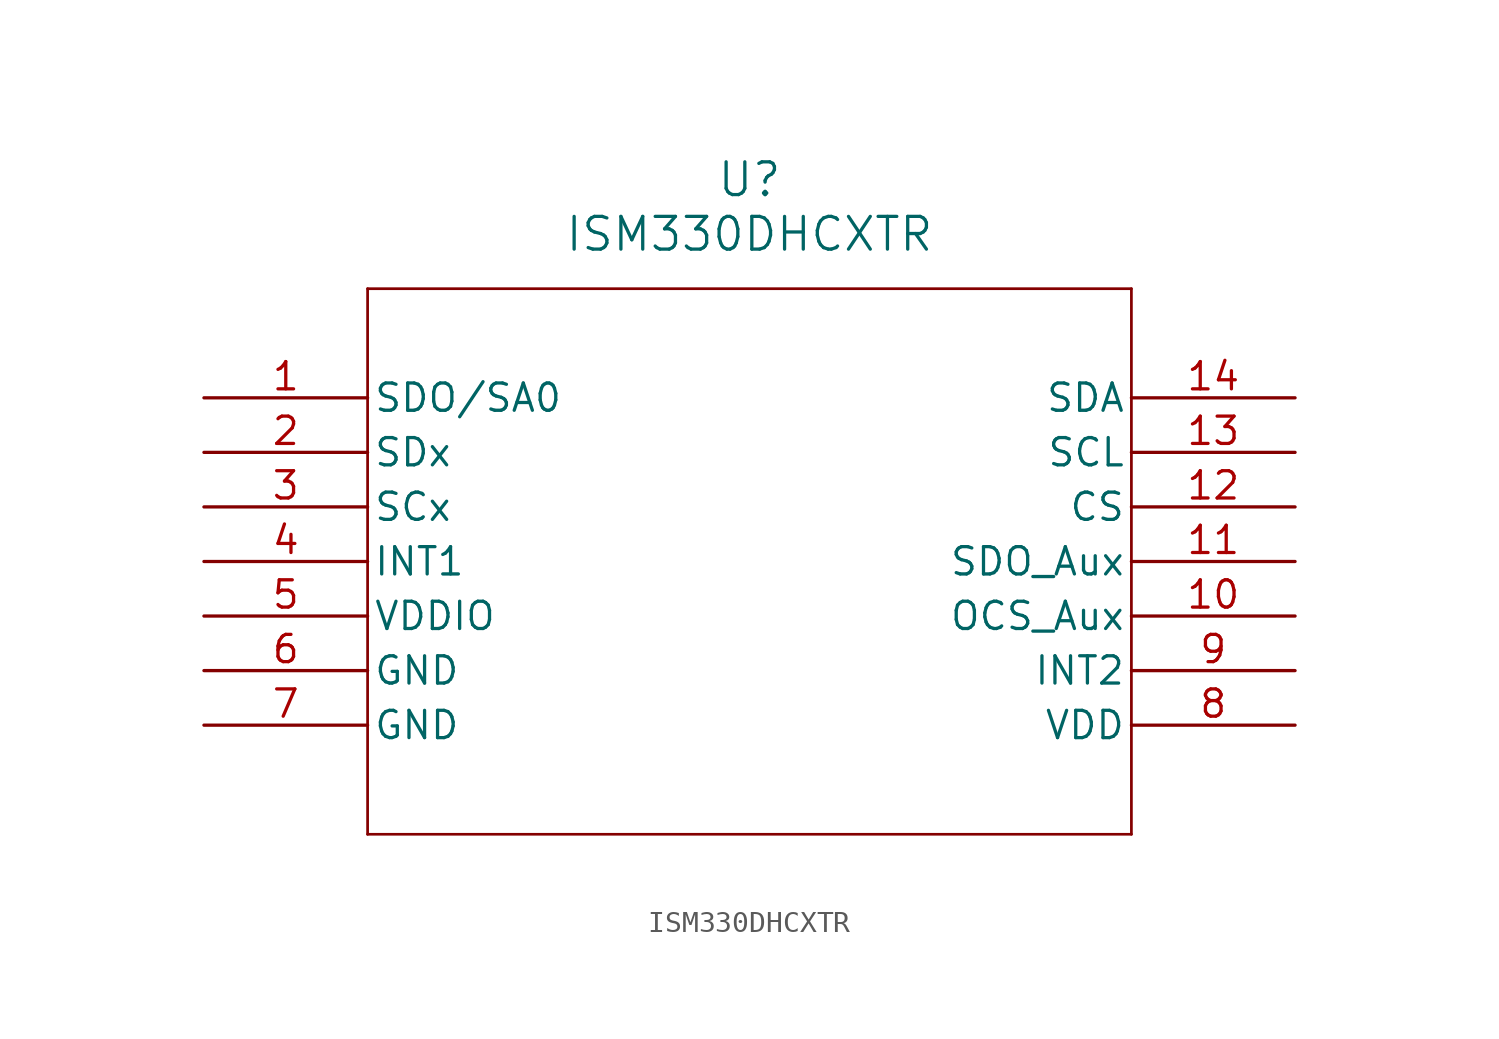
<source format=kicad_sym>
(kicad_symbol_lib
  (version 20211014)
  (generator kicad_symbol_editor)
  (symbol "ISM330DHCXTR"
    (pin_names
      (offset 0.254))
    (property "Reference" "U"
      (at 25.4 10.16 0)
      (effects (font (size 1.524 1.524))))
    (property "Value" "ISM330DHCXTR"
      (at 25.4 7.62 0)
      (effects (font (size 1.524 1.524))))
    (symbol "ISM330DHCXTR_0_1"
      (polyline (pts (xy 7.62 5.08) (xy 7.62 -20.32)) (stroke (width 0.127) (type default) (color 0 0 0 0)) (fill (type none)))
      (polyline (pts (xy 7.62 -20.32) (xy 43.18 -20.32)) (stroke (width 0.127) (type default) (color 0 0 0 0)) (fill (type none)))
      (polyline (pts (xy 43.18 -20.32) (xy 43.18 5.08)) (stroke (width 0.127) (type default) (color 0 0 0 0)) (fill (type none)))
      (polyline (pts (xy 43.18 5.08) (xy 7.62 5.08)) (stroke (width 0.127) (type default) (color 0 0 0 0)) (fill (type none)))
      (pin unspecified line (at 0 0 0) (length 7.62) (name "SDO/SA0" (effects (font (size 1.27 1.27)))) (number "1" (effects (font (size 1.27 1.27)))))
      (pin unspecified line (at 0 -2.54 0) (length 7.62) (name "SDx" (effects (font (size 1.27 1.27)))) (number "2" (effects (font (size 1.27 1.27)))))
      (pin unspecified line (at 0 -5.08 0) (length 7.62) (name "SCx" (effects (font (size 1.27 1.27)))) (number "3" (effects (font (size 1.27 1.27)))))
      (pin input line (at 0 -7.62 0) (length 7.62) (name "INT1" (effects (font (size 1.27 1.27)))) (number "4" (effects (font (size 1.27 1.27)))))
      (pin power_in line (at 0 -10.16 0) (length 7.62) (name "VDDIO" (effects (font (size 1.27 1.27)))) (number "5" (effects (font (size 1.27 1.27)))))
      (pin power_out line (at 0 -12.7 0) (length 7.62) (name "GND" (effects (font (size 1.27 1.27)))) (number "6" (effects (font (size 1.27 1.27)))))
      (pin power_out line (at 0 -15.24 0) (length 7.62) (name "GND" (effects (font (size 1.27 1.27)))) (number "7" (effects (font (size 1.27 1.27)))))
      (pin power_in line (at 50.8 -15.24 180) (length 7.62) (name "VDD" (effects (font (size 1.27 1.27)))) (number "8" (effects (font (size 1.27 1.27)))))
      (pin input line (at 50.8 -12.7 180) (length 7.62) (name "INT2" (effects (font (size 1.27 1.27)))) (number "9" (effects (font (size 1.27 1.27)))))
      (pin unspecified line (at 50.8 -10.16 180) (length 7.62) (name "OCS_Aux" (effects (font (size 1.27 1.27)))) (number "10" (effects (font (size 1.27 1.27)))))
      (pin unspecified line (at 50.8 -7.62 180) (length 7.62) (name "SDO_Aux" (effects (font (size 1.27 1.27)))) (number "11" (effects (font (size 1.27 1.27)))))
      (pin unspecified line (at 50.8 -5.08 180) (length 7.62) (name "CS" (effects (font (size 1.27 1.27)))) (number "12" (effects (font (size 1.27 1.27)))))
      (pin unspecified line (at 50.8 -2.54 180) (length 7.62) (name "SCL" (effects (font (size 1.27 1.27)))) (number "13" (effects (font (size 1.27 1.27)))))
      (pin unspecified line (at 50.8 0 180) (length 7.62) (name "SDA" (effects (font (size 1.27 1.27)))) (number "14" (effects (font (size 1.27 1.27))))))))
</source>
